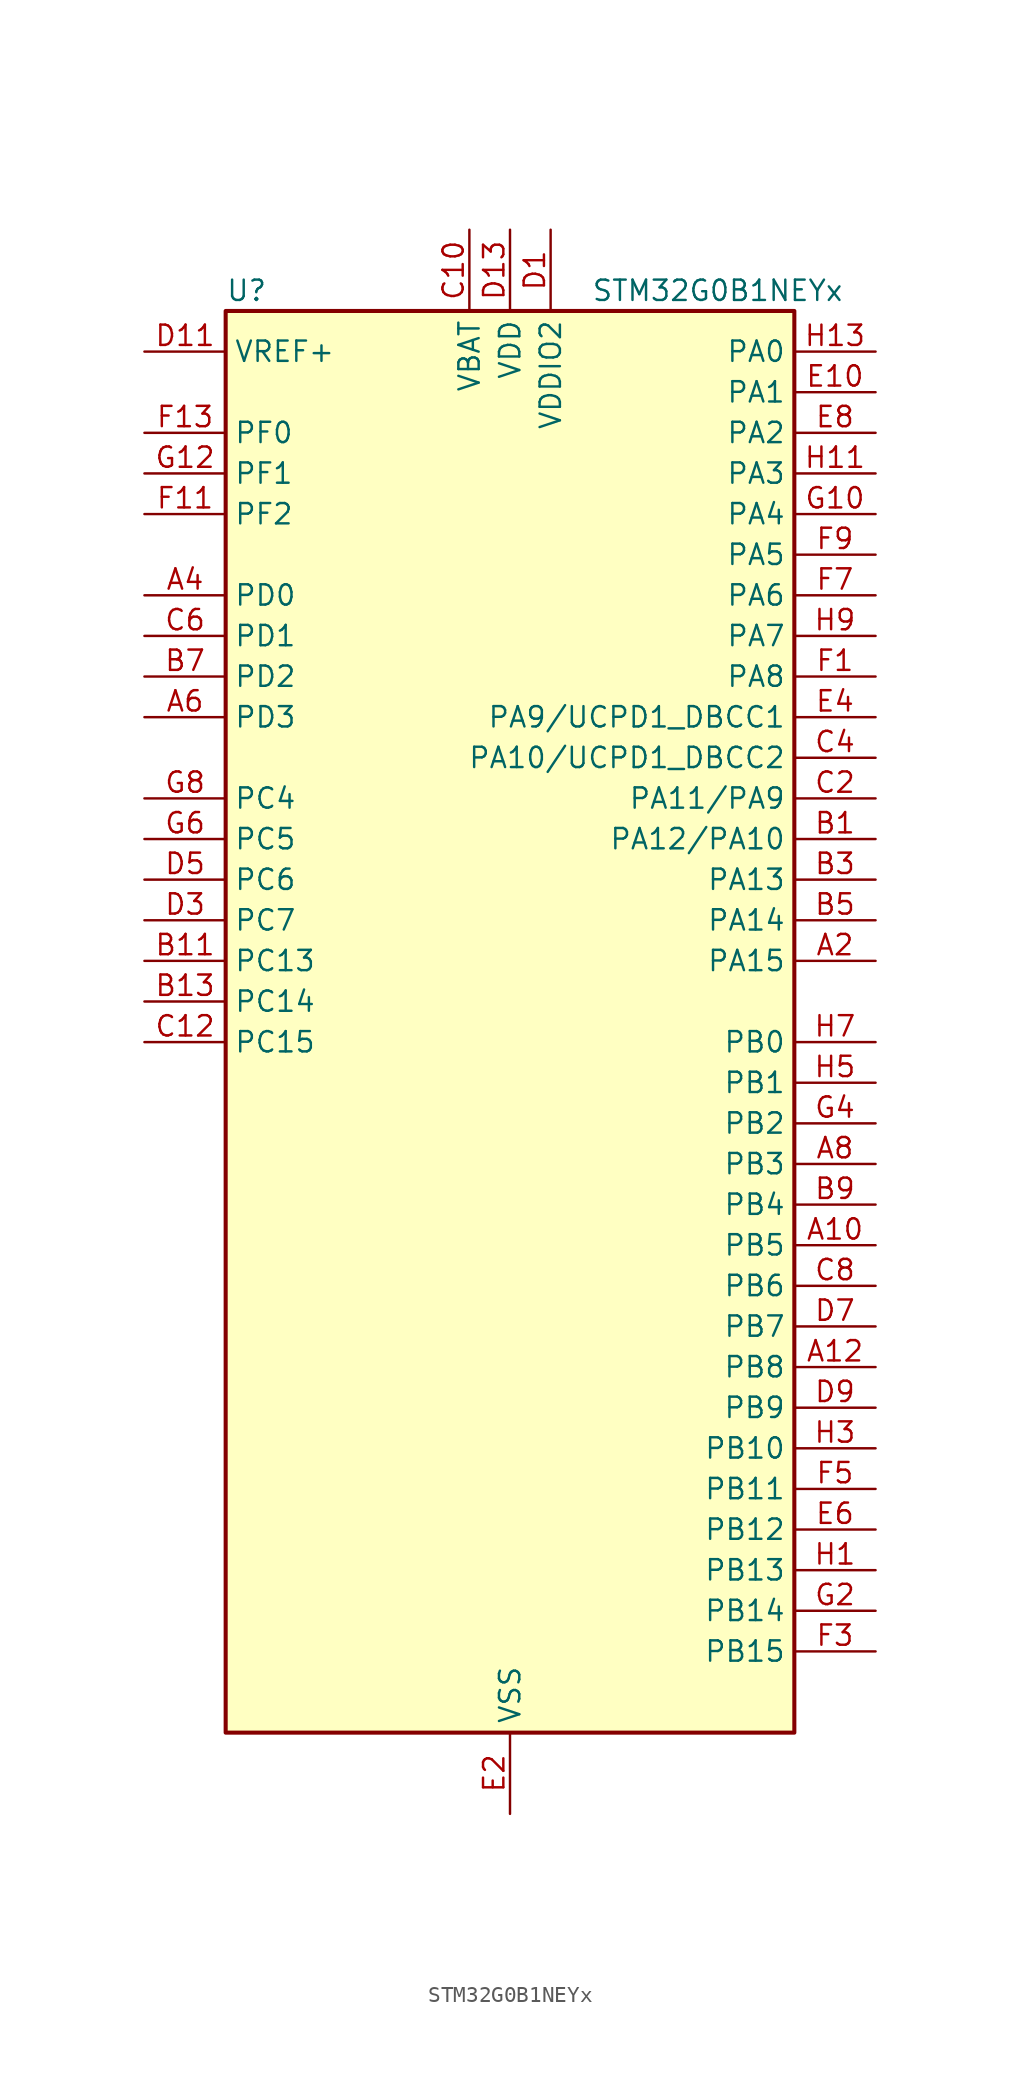
<source format=kicad_sym>
(kicad_symbol_lib
  (version 20231120)
  (generator "kicad_symbol_editor")
  (generator_version "8.0")
  (symbol "STM32G0B1NEYx"
    (property "Reference" "U"
      (at -17.78 46.99 0)
      (effects (font (size 1.27 1.27)) (justify left)))
    (property "Value" "STM32G0B1NEYx"
      (at 5.08 46.99 0)
      (effects (font (size 1.27 1.27)) (justify left)))
    (property "ki_locked" ""
      (at 0 0 0)
      (effects (font (size 1.27 1.27))))
    (symbol "STM32G0B1NEYx_0_1"
      (rectangle (start -17.78 -43.18) (end 17.78 45.72) (stroke (width 0.254) (type default)) (fill (type background))))
    (symbol "STM32G0B1NEYx_1_1"
      (pin bidirectional line (at 22.86 -12.7 180) (length 5.08) (name "PB5" (effects (font (size 1.27 1.27)))) (number "A10" (effects (font (size 1.27 1.27)))) (alternate "COMP2_OUT" bidirectional line) (alternate "FDCAN2_RX" bidirectional line) (alternate "I2C1_SMBA" bidirectional line) (alternate "I2S1_SD" bidirectional line) (alternate "LPTIM1_IN1" bidirectional line) (alternate "SPI1_MOSI" bidirectional line) (alternate "SPI3_MOSI" bidirectional line) (alternate "SYS_WKUP6" bidirectional line) (alternate "TIM16_BK" bidirectional line) (alternate "TIM3_CH2" bidirectional line) (alternate "USART5_CK" bidirectional line) (alternate "USART5_DE" bidirectional line) (alternate "USART5_RTS" bidirectional line))
      (pin bidirectional line (at 22.86 -20.32 180) (length 5.08) (name "PB8" (effects (font (size 1.27 1.27)))) (number "A12" (effects (font (size 1.27 1.27)))) (alternate "CEC" bidirectional line) (alternate "FDCAN1_RX" bidirectional line) (alternate "I2C1_SCL" bidirectional line) (alternate "I2S2_CK" bidirectional line) (alternate "SPI2_SCK" bidirectional line) (alternate "TIM15_BK" bidirectional line) (alternate "TIM16_CH1" bidirectional line) (alternate "TIM4_CH3" bidirectional line) (alternate "USART3_TX" bidirectional line) (alternate "USART6_TX" bidirectional line))
      (pin bidirectional line (at 22.86 5.08 180) (length 5.08) (name "PA15" (effects (font (size 1.27 1.27)))) (number "A2" (effects (font (size 1.27 1.27)))) (alternate "I2C2_SMBA" bidirectional line) (alternate "I2S1_WS" bidirectional line) (alternate "RCC_MCO_2" bidirectional line) (alternate "SPI1_NSS" bidirectional line) (alternate "SPI3_NSS" bidirectional line) (alternate "TIM2_CH1" bidirectional line) (alternate "TIM2_ETR" bidirectional line) (alternate "USART2_RX" bidirectional line) (alternate "USART3_CK" bidirectional line) (alternate "USART3_DE" bidirectional line) (alternate "USART3_RTS" bidirectional line) (alternate "USART4_CK" bidirectional line) (alternate "USART4_DE" bidirectional line) (alternate "USART4_RTS" bidirectional line) (alternate "USB_NOE" bidirectional line))
      (pin bidirectional line (at -22.86 27.94 0) (length 5.08) (name "PD0" (effects (font (size 1.27 1.27)))) (number "A4" (effects (font (size 1.27 1.27)))) (alternate "FDCAN1_RX" bidirectional line) (alternate "I2S2_WS" bidirectional line) (alternate "SPI2_NSS" bidirectional line) (alternate "TIM16_CH1" bidirectional line) (alternate "UCPD2_CC1" bidirectional line))
      (pin bidirectional line (at -22.86 20.32 0) (length 5.08) (name "PD3" (effects (font (size 1.27 1.27)))) (number "A6" (effects (font (size 1.27 1.27)))) (alternate "I2S2_MCK" bidirectional line) (alternate "SPI2_MISO" bidirectional line) (alternate "TIM1_CH2N" bidirectional line) (alternate "UCPD2_DBCC2" bidirectional line) (alternate "USART2_CTS" bidirectional line) (alternate "USART2_NSS" bidirectional line) (alternate "USART5_TX" bidirectional line))
      (pin bidirectional line (at 22.86 -7.62 180) (length 5.08) (name "PB3" (effects (font (size 1.27 1.27)))) (number "A8" (effects (font (size 1.27 1.27)))) (alternate "COMP2_INM" bidirectional line) (alternate "I2C2_SCL" bidirectional line) (alternate "I2C3_SCL" bidirectional line) (alternate "I2S1_CK" bidirectional line) (alternate "SPI1_SCK" bidirectional line) (alternate "SPI3_SCK" bidirectional line) (alternate "TIM1_CH2" bidirectional line) (alternate "TIM2_CH2" bidirectional line) (alternate "USART1_CK" bidirectional line) (alternate "USART1_DE" bidirectional line) (alternate "USART1_RTS" bidirectional line) (alternate "USART5_TX" bidirectional line))
      (pin bidirectional line (at 22.86 12.7 180) (length 5.08) (name "PA12/PA10" (effects (font (size 1.27 1.27)))) (number "B1" (effects (font (size 1.27 1.27)))) (alternate "COMP2_OUT" bidirectional line) (alternate "FDCAN1_TX" bidirectional line) (alternate "I2C2_SDA" bidirectional line) (alternate "I2S1_SD" bidirectional line) (alternate "I2S_CKIN" bidirectional line) (alternate "SPI1_MOSI" bidirectional line) (alternate "TIM1_ETR" bidirectional line) (alternate "USART1_CK" bidirectional line) (alternate "USART1_DE" bidirectional line) (alternate "USART1_RTS" bidirectional line) (alternate "USB_DP" bidirectional line))
      (pin bidirectional line (at -22.86 5.08 0) (length 5.08) (name "PC13" (effects (font (size 1.27 1.27)))) (number "B11" (effects (font (size 1.27 1.27)))) (alternate "RTC_OUT1" bidirectional line) (alternate "RTC_TAMP_IN1" bidirectional line) (alternate "RTC_TS" bidirectional line) (alternate "SYS_WKUP2" bidirectional line) (alternate "TIM1_BK" bidirectional line))
      (pin bidirectional line (at -22.86 2.54 0) (length 5.08) (name "PC14" (effects (font (size 1.27 1.27)))) (number "B13" (effects (font (size 1.27 1.27)))) (alternate "RCC_OSC32_IN" bidirectional line) (alternate "TIM1_BK2" bidirectional line))
      (pin bidirectional line (at 22.86 10.16 180) (length 5.08) (name "PA13" (effects (font (size 1.27 1.27)))) (number "B3" (effects (font (size 1.27 1.27)))) (alternate "IR_OUT" bidirectional line) (alternate "LPUART2_RX" bidirectional line) (alternate "SYS_SWDIO" bidirectional line) (alternate "USB_NOE" bidirectional line))
      (pin bidirectional line (at 22.86 7.62 180) (length 5.08) (name "PA14" (effects (font (size 1.27 1.27)))) (number "B5" (effects (font (size 1.27 1.27)))) (alternate "LPUART2_TX" bidirectional line) (alternate "SYS_SWCLK" bidirectional line) (alternate "USART2_TX" bidirectional line))
      (pin bidirectional line (at -22.86 22.86 0) (length 5.08) (name "PD2" (effects (font (size 1.27 1.27)))) (number "B7" (effects (font (size 1.27 1.27)))) (alternate "TIM1_CH1N" bidirectional line) (alternate "TIM3_ETR" bidirectional line) (alternate "UCPD2_CC2" bidirectional line) (alternate "USART3_CK" bidirectional line) (alternate "USART3_DE" bidirectional line) (alternate "USART3_RTS" bidirectional line) (alternate "USART5_RX" bidirectional line))
      (pin bidirectional line (at 22.86 -10.16 180) (length 5.08) (name "PB4" (effects (font (size 1.27 1.27)))) (number "B9" (effects (font (size 1.27 1.27)))) (alternate "COMP2_INP" bidirectional line) (alternate "I2C2_SDA" bidirectional line) (alternate "I2C3_SDA" bidirectional line) (alternate "I2S1_MCK" bidirectional line) (alternate "SPI1_MISO" bidirectional line) (alternate "SPI3_MISO" bidirectional line) (alternate "TIM17_BK" bidirectional line) (alternate "TIM3_CH1" bidirectional line) (alternate "USART1_CTS" bidirectional line) (alternate "USART1_NSS" bidirectional line) (alternate "USART5_RX" bidirectional line))
      (pin power_in line (at -2.54 50.8 270) (length 5.08) (name "VBAT" (effects (font (size 1.27 1.27)))) (number "C10" (effects (font (size 1.27 1.27)))))
      (pin bidirectional line (at -22.86 0 0) (length 5.08) (name "PC15" (effects (font (size 1.27 1.27)))) (number "C12" (effects (font (size 1.27 1.27)))) (alternate "RCC_OSC32_EN" bidirectional line) (alternate "RCC_OSC32_OUT" bidirectional line) (alternate "RCC_OSC_EN" bidirectional line) (alternate "TIM15_BK" bidirectional line))
      (pin bidirectional line (at 22.86 15.24 180) (length 5.08) (name "PA11/PA9" (effects (font (size 1.27 1.27)))) (number "C2" (effects (font (size 1.27 1.27)))) (alternate "ADC1_EXTI11" bidirectional line) (alternate "COMP1_OUT" bidirectional line) (alternate "FDCAN1_RX" bidirectional line) (alternate "I2C2_SCL" bidirectional line) (alternate "I2S1_MCK" bidirectional line) (alternate "SPI1_MISO" bidirectional line) (alternate "TIM1_BK2" bidirectional line) (alternate "TIM1_CH4" bidirectional line) (alternate "USART1_CTS" bidirectional line) (alternate "USART1_NSS" bidirectional line) (alternate "USB_DM" bidirectional line))
      (pin bidirectional line (at 22.86 17.78 180) (length 5.08) (name "PA10/UCPD1_DBCC2" (effects (font (size 1.27 1.27)))) (number "C4" (effects (font (size 1.27 1.27)))) (alternate "I2C1_SDA" bidirectional line) (alternate "I2C2_SDA" bidirectional line) (alternate "I2S2_SD" bidirectional line) (alternate "RCC_MCO_2" bidirectional line) (alternate "SPI2_MOSI" bidirectional line) (alternate "TIM17_BK" bidirectional line) (alternate "TIM1_CH3" bidirectional line) (alternate "UCPD1_DBCC2" bidirectional line) (alternate "USART1_RX" bidirectional line))
      (pin bidirectional line (at -22.86 25.4 0) (length 5.08) (name "PD1" (effects (font (size 1.27 1.27)))) (number "C6" (effects (font (size 1.27 1.27)))) (alternate "FDCAN1_TX" bidirectional line) (alternate "I2S2_CK" bidirectional line) (alternate "SPI2_SCK" bidirectional line) (alternate "TIM17_CH1" bidirectional line) (alternate "UCPD2_DBCC1" bidirectional line))
      (pin bidirectional line (at 22.86 -15.24 180) (length 5.08) (name "PB6" (effects (font (size 1.27 1.27)))) (number "C8" (effects (font (size 1.27 1.27)))) (alternate "COMP2_INP" bidirectional line) (alternate "FDCAN2_TX" bidirectional line) (alternate "I2C1_SCL" bidirectional line) (alternate "I2S2_MCK" bidirectional line) (alternate "LPTIM1_ETR" bidirectional line) (alternate "LPUART2_TX" bidirectional line) (alternate "SPI2_MISO" bidirectional line) (alternate "TIM16_CH1N" bidirectional line) (alternate "TIM1_CH3" bidirectional line) (alternate "TIM4_CH1" bidirectional line) (alternate "USART1_TX" bidirectional line) (alternate "USART5_CTS" bidirectional line) (alternate "USART5_NSS" bidirectional line))
      (pin power_in line (at 2.54 50.8 270) (length 5.08) (name "VDDIO2" (effects (font (size 1.27 1.27)))) (number "D1" (effects (font (size 1.27 1.27)))))
      (pin input line (at -22.86 43.18 0) (length 5.08) (name "VREF+" (effects (font (size 1.27 1.27)))) (number "D11" (effects (font (size 1.27 1.27)))) (alternate "VREFBUF_OUT" bidirectional line))
      (pin power_in line (at 0 50.8 270) (length 5.08) (name "VDD" (effects (font (size 1.27 1.27)))) (number "D13" (effects (font (size 1.27 1.27)))))
      (pin bidirectional line (at -22.86 7.62 0) (length 5.08) (name "PC7" (effects (font (size 1.27 1.27)))) (number "D3" (effects (font (size 1.27 1.27)))) (alternate "LPUART2_RX" bidirectional line) (alternate "TIM2_CH4" bidirectional line) (alternate "TIM3_CH2" bidirectional line) (alternate "UCPD2_FRSTX1" bidirectional line) (alternate "UCPD2_FRSTX2" bidirectional line))
      (pin bidirectional line (at -22.86 10.16 0) (length 5.08) (name "PC6" (effects (font (size 1.27 1.27)))) (number "D5" (effects (font (size 1.27 1.27)))) (alternate "LPUART2_TX" bidirectional line) (alternate "TIM2_CH3" bidirectional line) (alternate "TIM3_CH1" bidirectional line) (alternate "UCPD1_FRSTX1" bidirectional line) (alternate "UCPD1_FRSTX2" bidirectional line))
      (pin bidirectional line (at 22.86 -17.78 180) (length 5.08) (name "PB7" (effects (font (size 1.27 1.27)))) (number "D7" (effects (font (size 1.27 1.27)))) (alternate "COMP2_INM" bidirectional line) (alternate "I2C1_SDA" bidirectional line) (alternate "I2S2_SD" bidirectional line) (alternate "LPTIM1_IN2" bidirectional line) (alternate "LPUART2_RX" bidirectional line) (alternate "SPI2_MOSI" bidirectional line) (alternate "SYS_PVD_IN" bidirectional line) (alternate "TIM17_CH1N" bidirectional line) (alternate "TIM4_CH2" bidirectional line) (alternate "USART1_RX" bidirectional line) (alternate "USART4_CTS" bidirectional line) (alternate "USART4_NSS" bidirectional line))
      (pin bidirectional line (at 22.86 -22.86 180) (length 5.08) (name "PB9" (effects (font (size 1.27 1.27)))) (number "D9" (effects (font (size 1.27 1.27)))) (alternate "DAC1_EXTI9" bidirectional line) (alternate "FDCAN1_TX" bidirectional line) (alternate "I2C1_SDA" bidirectional line) (alternate "I2S2_WS" bidirectional line) (alternate "IR_OUT" bidirectional line) (alternate "SPI2_NSS" bidirectional line) (alternate "TIM17_CH1" bidirectional line) (alternate "TIM4_CH4" bidirectional line) (alternate "UCPD2_FRSTX1" bidirectional line) (alternate "UCPD2_FRSTX2" bidirectional line) (alternate "USART3_RX" bidirectional line) (alternate "USART6_RX" bidirectional line))
      (pin bidirectional line (at 22.86 40.64 180) (length 5.08) (name "PA1" (effects (font (size 1.27 1.27)))) (number "E10" (effects (font (size 1.27 1.27)))) (alternate "ADC1_IN1" bidirectional line) (alternate "COMP1_INP" bidirectional line) (alternate "I2C1_SMBA" bidirectional line) (alternate "I2S1_CK" bidirectional line) (alternate "SPI1_SCK" bidirectional line) (alternate "TIM15_CH1N" bidirectional line) (alternate "TIM2_CH2" bidirectional line) (alternate "USART2_CK" bidirectional line) (alternate "USART2_DE" bidirectional line) (alternate "USART2_RTS" bidirectional line) (alternate "USART4_RX" bidirectional line))
      (pin passive line (at 0 -48.26 90) (length 5.08) hide (name "VSS" (effects (font (size 1.27 1.27)))) (number "E12" (effects (font (size 1.27 1.27)))))
      (pin power_in line (at 0 -48.26 90) (length 5.08) (name "VSS" (effects (font (size 1.27 1.27)))) (number "E2" (effects (font (size 1.27 1.27)))))
      (pin bidirectional line (at 22.86 20.32 180) (length 5.08) (name "PA9/UCPD1_DBCC1" (effects (font (size 1.27 1.27)))) (number "E4" (effects (font (size 1.27 1.27)))) (alternate "DAC1_EXTI9" bidirectional line) (alternate "I2C1_SCL" bidirectional line) (alternate "I2C2_SCL" bidirectional line) (alternate "I2S2_MCK" bidirectional line) (alternate "RCC_MCO" bidirectional line) (alternate "SPI2_MISO" bidirectional line) (alternate "TIM15_BK" bidirectional line) (alternate "TIM1_CH2" bidirectional line) (alternate "UCPD1_DBCC1" bidirectional line) (alternate "USART1_TX" bidirectional line))
      (pin bidirectional line (at 22.86 -30.48 180) (length 5.08) (name "PB12" (effects (font (size 1.27 1.27)))) (number "E6" (effects (font (size 1.27 1.27)))) (alternate "ADC1_IN16" bidirectional line) (alternate "FDCAN2_RX" bidirectional line) (alternate "I2C2_SMBA" bidirectional line) (alternate "I2S2_WS" bidirectional line) (alternate "LPUART1_DE" bidirectional line) (alternate "LPUART1_RTS" bidirectional line) (alternate "SPI2_NSS" bidirectional line) (alternate "TIM15_BK" bidirectional line) (alternate "TIM1_BK" bidirectional line) (alternate "UCPD2_FRSTX1" bidirectional line) (alternate "UCPD2_FRSTX2" bidirectional line))
      (pin bidirectional line (at 22.86 38.1 180) (length 5.08) (name "PA2" (effects (font (size 1.27 1.27)))) (number "E8" (effects (font (size 1.27 1.27)))) (alternate "ADC1_IN2" bidirectional line) (alternate "COMP2_INM" bidirectional line) (alternate "COMP2_OUT" bidirectional line) (alternate "I2S1_SD" bidirectional line) (alternate "LPUART1_TX" bidirectional line) (alternate "RCC_LSCO" bidirectional line) (alternate "SPI1_MOSI" bidirectional line) (alternate "SYS_WKUP4" bidirectional line) (alternate "TIM15_CH1" bidirectional line) (alternate "TIM2_CH3" bidirectional line) (alternate "UCPD1_FRSTX1" bidirectional line) (alternate "UCPD1_FRSTX2" bidirectional line) (alternate "USART2_TX" bidirectional line))
      (pin bidirectional line (at 22.86 22.86 180) (length 5.08) (name "PA8" (effects (font (size 1.27 1.27)))) (number "F1" (effects (font (size 1.27 1.27)))) (alternate "CRS1_SYNC" bidirectional line) (alternate "I2C2_SMBA" bidirectional line) (alternate "I2S2_WS" bidirectional line) (alternate "LPTIM2_OUT" bidirectional line) (alternate "RCC_MCO" bidirectional line) (alternate "SPI2_NSS" bidirectional line) (alternate "TIM1_CH1" bidirectional line) (alternate "UCPD1_CC1" bidirectional line))
      (pin bidirectional line (at -22.86 33.02 0) (length 5.08) (name "PF2" (effects (font (size 1.27 1.27)))) (number "F11" (effects (font (size 1.27 1.27)))) (alternate "LPUART2_DE" bidirectional line) (alternate "LPUART2_RTS" bidirectional line) (alternate "LPUART2_TX" bidirectional line) (alternate "RCC_MCO" bidirectional line))
      (pin bidirectional line (at -22.86 38.1 0) (length 5.08) (name "PF0" (effects (font (size 1.27 1.27)))) (number "F13" (effects (font (size 1.27 1.27)))) (alternate "CRS1_SYNC" bidirectional line) (alternate "RCC_OSC_IN" bidirectional line) (alternate "TIM14_CH1" bidirectional line))
      (pin bidirectional line (at 22.86 -38.1 180) (length 5.08) (name "PB15" (effects (font (size 1.27 1.27)))) (number "F3" (effects (font (size 1.27 1.27)))) (alternate "I2S2_SD" bidirectional line) (alternate "RTC_REFIN" bidirectional line) (alternate "SPI2_MOSI" bidirectional line) (alternate "TIM15_CH1N" bidirectional line) (alternate "TIM15_CH2" bidirectional line) (alternate "TIM1_CH3N" bidirectional line) (alternate "UCPD1_CC2" bidirectional line) (alternate "USART6_CTS" bidirectional line) (alternate "USART6_NSS" bidirectional line))
      (pin bidirectional line (at 22.86 -27.94 180) (length 5.08) (name "PB11" (effects (font (size 1.27 1.27)))) (number "F5" (effects (font (size 1.27 1.27)))) (alternate "ADC1_EXTI11" bidirectional line) (alternate "ADC1_IN15" bidirectional line) (alternate "COMP2_OUT" bidirectional line) (alternate "I2C2_SDA" bidirectional line) (alternate "I2S2_SD" bidirectional line) (alternate "LPUART1_TX" bidirectional line) (alternate "SPI2_MOSI" bidirectional line) (alternate "TIM2_CH4" bidirectional line) (alternate "USART3_RX" bidirectional line))
      (pin bidirectional line (at 22.86 27.94 180) (length 5.08) (name "PA6" (effects (font (size 1.27 1.27)))) (number "F7" (effects (font (size 1.27 1.27)))) (alternate "ADC1_IN6" bidirectional line) (alternate "COMP1_OUT" bidirectional line) (alternate "I2C2_SDA" bidirectional line) (alternate "I2C3_SDA" bidirectional line) (alternate "I2S1_MCK" bidirectional line) (alternate "LPUART1_CTS" bidirectional line) (alternate "SPI1_MISO" bidirectional line) (alternate "TIM16_CH1" bidirectional line) (alternate "TIM1_BK" bidirectional line) (alternate "TIM3_CH1" bidirectional line) (alternate "USART3_CTS" bidirectional line) (alternate "USART3_NSS" bidirectional line) (alternate "USART6_CTS" bidirectional line) (alternate "USART6_NSS" bidirectional line))
      (pin bidirectional line (at 22.86 30.48 180) (length 5.08) (name "PA5" (effects (font (size 1.27 1.27)))) (number "F9" (effects (font (size 1.27 1.27)))) (alternate "ADC1_IN5" bidirectional line) (alternate "CEC" bidirectional line) (alternate "DAC1_OUT2" bidirectional line) (alternate "I2S1_CK" bidirectional line) (alternate "LPTIM2_ETR" bidirectional line) (alternate "SPI1_SCK" bidirectional line) (alternate "TIM2_CH1" bidirectional line) (alternate "TIM2_ETR" bidirectional line) (alternate "UCPD1_FRSTX1" bidirectional line) (alternate "UCPD1_FRSTX2" bidirectional line) (alternate "USART3_TX" bidirectional line) (alternate "USART6_RX" bidirectional line))
      (pin bidirectional line (at 22.86 33.02 180) (length 5.08) (name "PA4" (effects (font (size 1.27 1.27)))) (number "G10" (effects (font (size 1.27 1.27)))) (alternate "ADC1_IN4" bidirectional line) (alternate "DAC1_OUT1" bidirectional line) (alternate "I2S1_WS" bidirectional line) (alternate "I2S2_SD" bidirectional line) (alternate "LPTIM2_OUT" bidirectional line) (alternate "RTC_OUT2" bidirectional line) (alternate "SPI1_NSS" bidirectional line) (alternate "SPI2_MOSI" bidirectional line) (alternate "SPI3_NSS" bidirectional line) (alternate "TIM14_CH1" bidirectional line) (alternate "UCPD2_FRSTX1" bidirectional line) (alternate "UCPD2_FRSTX2" bidirectional line) (alternate "USART6_TX" bidirectional line) (alternate "USB_NOE" bidirectional line))
      (pin bidirectional line (at -22.86 35.56 0) (length 5.08) (name "PF1" (effects (font (size 1.27 1.27)))) (number "G12" (effects (font (size 1.27 1.27)))) (alternate "RCC_OSC_EN" bidirectional line) (alternate "RCC_OSC_OUT" bidirectional line) (alternate "TIM15_CH1N" bidirectional line))
      (pin bidirectional line (at 22.86 -35.56 180) (length 5.08) (name "PB14" (effects (font (size 1.27 1.27)))) (number "G2" (effects (font (size 1.27 1.27)))) (alternate "I2C2_SDA" bidirectional line) (alternate "I2S2_MCK" bidirectional line) (alternate "SPI2_MISO" bidirectional line) (alternate "TIM15_CH1" bidirectional line) (alternate "TIM1_CH2N" bidirectional line) (alternate "UCPD1_FRSTX1" bidirectional line) (alternate "UCPD1_FRSTX2" bidirectional line) (alternate "USART3_CK" bidirectional line) (alternate "USART3_DE" bidirectional line) (alternate "USART3_RTS" bidirectional line) (alternate "USART6_CK" bidirectional line) (alternate "USART6_DE" bidirectional line) (alternate "USART6_RTS" bidirectional line))
      (pin bidirectional line (at 22.86 -5.08 180) (length 5.08) (name "PB2" (effects (font (size 1.27 1.27)))) (number "G4" (effects (font (size 1.27 1.27)))) (alternate "ADC1_IN10" bidirectional line) (alternate "COMP1_INP" bidirectional line) (alternate "COMP3_INM" bidirectional line) (alternate "I2S2_MCK" bidirectional line) (alternate "LPTIM1_OUT" bidirectional line) (alternate "RCC_MCO_2" bidirectional line) (alternate "SPI2_MISO" bidirectional line) (alternate "USART3_TX" bidirectional line))
      (pin bidirectional line (at -22.86 12.7 0) (length 5.08) (name "PC5" (effects (font (size 1.27 1.27)))) (number "G6" (effects (font (size 1.27 1.27)))) (alternate "ADC1_IN18" bidirectional line) (alternate "COMP1_INP" bidirectional line) (alternate "FDCAN1_TX" bidirectional line) (alternate "SYS_WKUP5" bidirectional line) (alternate "TIM2_CH2" bidirectional line) (alternate "USART1_RX" bidirectional line) (alternate "USART3_RX" bidirectional line))
      (pin bidirectional line (at -22.86 15.24 0) (length 5.08) (name "PC4" (effects (font (size 1.27 1.27)))) (number "G8" (effects (font (size 1.27 1.27)))) (alternate "ADC1_IN17" bidirectional line) (alternate "COMP1_INM" bidirectional line) (alternate "FDCAN1_RX" bidirectional line) (alternate "TIM2_CH1" bidirectional line) (alternate "TIM2_ETR" bidirectional line) (alternate "USART1_TX" bidirectional line) (alternate "USART3_TX" bidirectional line))
      (pin bidirectional line (at 22.86 -33.02 180) (length 5.08) (name "PB13" (effects (font (size 1.27 1.27)))) (number "H1" (effects (font (size 1.27 1.27)))) (alternate "FDCAN2_TX" bidirectional line) (alternate "I2C2_SCL" bidirectional line) (alternate "I2S2_CK" bidirectional line) (alternate "LPUART1_CTS" bidirectional line) (alternate "SPI2_SCK" bidirectional line) (alternate "TIM15_CH1N" bidirectional line) (alternate "TIM1_CH1N" bidirectional line) (alternate "USART3_CTS" bidirectional line) (alternate "USART3_NSS" bidirectional line))
      (pin bidirectional line (at 22.86 35.56 180) (length 5.08) (name "PA3" (effects (font (size 1.27 1.27)))) (number "H11" (effects (font (size 1.27 1.27)))) (alternate "ADC1_IN3" bidirectional line) (alternate "COMP2_INP" bidirectional line) (alternate "I2S2_MCK" bidirectional line) (alternate "LPUART1_RX" bidirectional line) (alternate "SPI2_MISO" bidirectional line) (alternate "TIM15_CH2" bidirectional line) (alternate "TIM2_CH4" bidirectional line) (alternate "UCPD2_FRSTX1" bidirectional line) (alternate "UCPD2_FRSTX2" bidirectional line) (alternate "USART2_RX" bidirectional line))
      (pin bidirectional line (at 22.86 43.18 180) (length 5.08) (name "PA0" (effects (font (size 1.27 1.27)))) (number "H13" (effects (font (size 1.27 1.27)))) (alternate "ADC1_IN0" bidirectional line) (alternate "COMP1_INM" bidirectional line) (alternate "COMP1_OUT" bidirectional line) (alternate "I2S2_CK" bidirectional line) (alternate "LPTIM1_OUT" bidirectional line) (alternate "RTC_TAMP_IN2" bidirectional line) (alternate "SPI2_SCK" bidirectional line) (alternate "SYS_WKUP1" bidirectional line) (alternate "TIM2_CH1" bidirectional line) (alternate "TIM2_ETR" bidirectional line) (alternate "UCPD2_FRSTX1" bidirectional line) (alternate "UCPD2_FRSTX2" bidirectional line) (alternate "USART2_CTS" bidirectional line) (alternate "USART2_NSS" bidirectional line) (alternate "USART4_TX" bidirectional line))
      (pin bidirectional line (at 22.86 -25.4 180) (length 5.08) (name "PB10" (effects (font (size 1.27 1.27)))) (number "H3" (effects (font (size 1.27 1.27)))) (alternate "ADC1_IN11" bidirectional line) (alternate "CEC" bidirectional line) (alternate "COMP1_OUT" bidirectional line) (alternate "I2C2_SCL" bidirectional line) (alternate "I2S2_CK" bidirectional line) (alternate "LPUART1_RX" bidirectional line) (alternate "SPI2_SCK" bidirectional line) (alternate "TIM2_CH3" bidirectional line) (alternate "USART3_TX" bidirectional line))
      (pin bidirectional line (at 22.86 -2.54 180) (length 5.08) (name "PB1" (effects (font (size 1.27 1.27)))) (number "H5" (effects (font (size 1.27 1.27)))) (alternate "ADC1_IN9" bidirectional line) (alternate "COMP1_INM" bidirectional line) (alternate "COMP3_OUT" bidirectional line) (alternate "FDCAN2_TX" bidirectional line) (alternate "LPTIM2_IN1" bidirectional line) (alternate "LPUART1_DE" bidirectional line) (alternate "LPUART1_RTS" bidirectional line) (alternate "LPUART2_DE" bidirectional line) (alternate "LPUART2_RTS" bidirectional line) (alternate "TIM14_CH1" bidirectional line) (alternate "TIM1_CH3N" bidirectional line) (alternate "TIM3_CH4" bidirectional line) (alternate "USART3_CK" bidirectional line) (alternate "USART3_DE" bidirectional line) (alternate "USART3_RTS" bidirectional line) (alternate "USART5_RX" bidirectional line))
      (pin bidirectional line (at 22.86 0 180) (length 5.08) (name "PB0" (effects (font (size 1.27 1.27)))) (number "H7" (effects (font (size 1.27 1.27)))) (alternate "ADC1_IN8" bidirectional line) (alternate "COMP1_OUT" bidirectional line) (alternate "COMP3_INP" bidirectional line) (alternate "FDCAN2_RX" bidirectional line) (alternate "I2S1_WS" bidirectional line) (alternate "LPTIM1_OUT" bidirectional line) (alternate "LPUART2_CTS" bidirectional line) (alternate "SPI1_NSS" bidirectional line) (alternate "TIM1_CH2N" bidirectional line) (alternate "TIM3_CH3" bidirectional line) (alternate "UCPD1_FRSTX1" bidirectional line) (alternate "UCPD1_FRSTX2" bidirectional line) (alternate "USART3_RX" bidirectional line) (alternate "USART5_TX" bidirectional line))
      (pin bidirectional line (at 22.86 25.4 180) (length 5.08) (name "PA7" (effects (font (size 1.27 1.27)))) (number "H9" (effects (font (size 1.27 1.27)))) (alternate "ADC1_IN7" bidirectional line) (alternate "COMP2_OUT" bidirectional line) (alternate "I2C2_SCL" bidirectional line) (alternate "I2C3_SCL" bidirectional line) (alternate "I2S1_SD" bidirectional line) (alternate "SPI1_MOSI" bidirectional line) (alternate "TIM14_CH1" bidirectional line) (alternate "TIM17_CH1" bidirectional line) (alternate "TIM1_CH1N" bidirectional line) (alternate "TIM3_CH2" bidirectional line) (alternate "UCPD1_FRSTX1" bidirectional line) (alternate "UCPD1_FRSTX2" bidirectional line) (alternate "USART6_CK" bidirectional line) (alternate "USART6_DE" bidirectional line) (alternate "USART6_RTS" bidirectional line)))))
</source>
